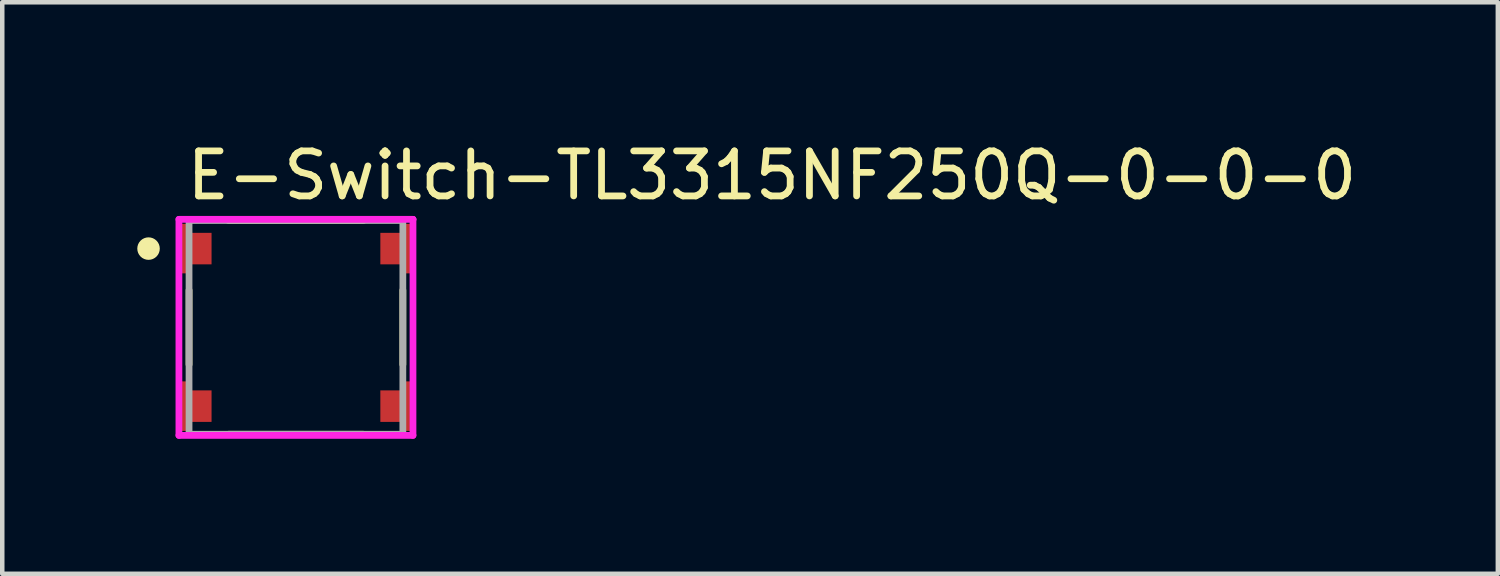
<source format=kicad_pcb>
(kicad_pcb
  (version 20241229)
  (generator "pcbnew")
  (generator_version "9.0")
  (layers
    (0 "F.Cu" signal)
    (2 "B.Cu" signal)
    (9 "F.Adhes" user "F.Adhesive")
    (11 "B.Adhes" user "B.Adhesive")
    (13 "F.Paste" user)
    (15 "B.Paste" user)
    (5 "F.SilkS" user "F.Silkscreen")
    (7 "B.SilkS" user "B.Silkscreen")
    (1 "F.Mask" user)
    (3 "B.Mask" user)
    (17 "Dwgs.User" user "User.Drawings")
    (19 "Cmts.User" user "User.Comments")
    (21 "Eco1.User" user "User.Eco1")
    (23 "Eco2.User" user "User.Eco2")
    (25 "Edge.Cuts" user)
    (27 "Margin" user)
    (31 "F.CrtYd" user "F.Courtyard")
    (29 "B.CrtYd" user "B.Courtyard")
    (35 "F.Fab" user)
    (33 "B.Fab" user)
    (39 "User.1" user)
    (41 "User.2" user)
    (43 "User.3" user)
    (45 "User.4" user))
  (footprint "E-Switch-TL3315NF250Q-0-0-0"
    (layer "F.Cu")
    (at 3.525 4.223)
    (property "Reference" "E-Switch-TL3315NF250Q-0-0-0" (at -2.5 -3.375 0) (layer "F.SilkS") (effects (font (size 1 1) (thickness 0.15)) (justify left)))
    (attr through_hole)
    (fp_line (start -2.375 0.825) (end -2.375 -0.825) (stroke (width 0.15) (type solid)) (layer "F.SilkS"))
    (fp_line (start -1.5 -2.375) (end 1.5 -2.375) (stroke (width 0.15) (type solid)) (layer "F.SilkS"))
    (fp_line (start -1.5 2.375) (end 1.5 2.375) (stroke (width 0.15) (type solid)) (layer "F.SilkS"))
    (fp_line (start 2.375 0.825) (end 2.375 -0.825) (stroke (width 0.15) (type solid)) (layer "F.SilkS"))
    (fp_circle (center -3.275 -1.75) (end -3.15 -1.75) (stroke (width 0.25) (type solid)) (fill no) (layer "F.SilkS"))
    (fp_line (start -2.6 -2.4) (end -2.6 2.4) (stroke (width 0.15) (type solid)) (layer "F.CrtYd"))
    (fp_line (start -2.6 2.4) (end 2.6 2.4) (stroke (width 0.15) (type solid)) (layer "F.CrtYd"))
    (fp_line (start 2.6 -2.4) (end -2.6 -2.4) (stroke (width 0.15) (type solid)) (layer "F.CrtYd"))
    (fp_line (start 2.6 -2.4) (end 2.6 -2.4) (stroke (width 0.15) (type solid)) (layer "F.CrtYd"))
    (fp_line (start 2.6 2.4) (end 2.6 -2.4) (stroke (width 0.15) (type solid)) (layer "F.CrtYd"))
    (fp_line (start -2.375 -2.375) (end 2.375 -2.375) (stroke (width 0.15) (type solid)) (layer "F.Fab"))
    (fp_line (start -2.375 2.375) (end -2.375 -2.375) (stroke (width 0.15) (type solid)) (layer "F.Fab"))
    (fp_line (start 2.375 -2.375) (end 2.375 2.375) (stroke (width 0.15) (type solid)) (layer "F.Fab"))
    (fp_line (start 2.375 2.375) (end -2.375 2.375) (stroke (width 0.15) (type solid)) (layer "F.Fab"))
    (pad "1" smd rect (at -2.475 -1.75) (size 0.2 1.1) (layers "F.Cu" "F.Mask" "F.Paste"))
    (pad "1" smd rect (at -2.125 -1.75) (size 0.5 0.7) (layers "F.Cu" "F.Mask" "F.Paste"))
    (pad "2" smd rect (at 2.125 -1.75) (size 0.5 0.7) (layers "F.Cu" "F.Mask" "F.Paste"))
    (pad "2" smd rect (at 2.475 -1.75) (size 0.2 1.1) (layers "F.Cu" "F.Mask" "F.Paste"))
    (pad "3" smd rect (at -2.475 1.75) (size 0.2 1.1) (layers "F.Cu" "F.Mask" "F.Paste"))
    (pad "3" smd rect (at -2.125 1.75) (size 0.5 0.7) (layers "F.Cu" "F.Mask" "F.Paste"))
    (pad "4" smd rect (at 2.125 1.75) (size 0.5 0.7) (layers "F.Cu" "F.Mask" "F.Paste"))
    (pad "4" smd rect (at 2.475 1.75) (size 0.2 1.1) (layers "F.Cu" "F.Mask" "F.Paste")))
  (gr_rect
    (start -3 -3)
    (end 30.227 9.698)
    (stroke (width 0.1) (type default))
    (fill no)
    (layer "Edge.Cuts")))
</source>
